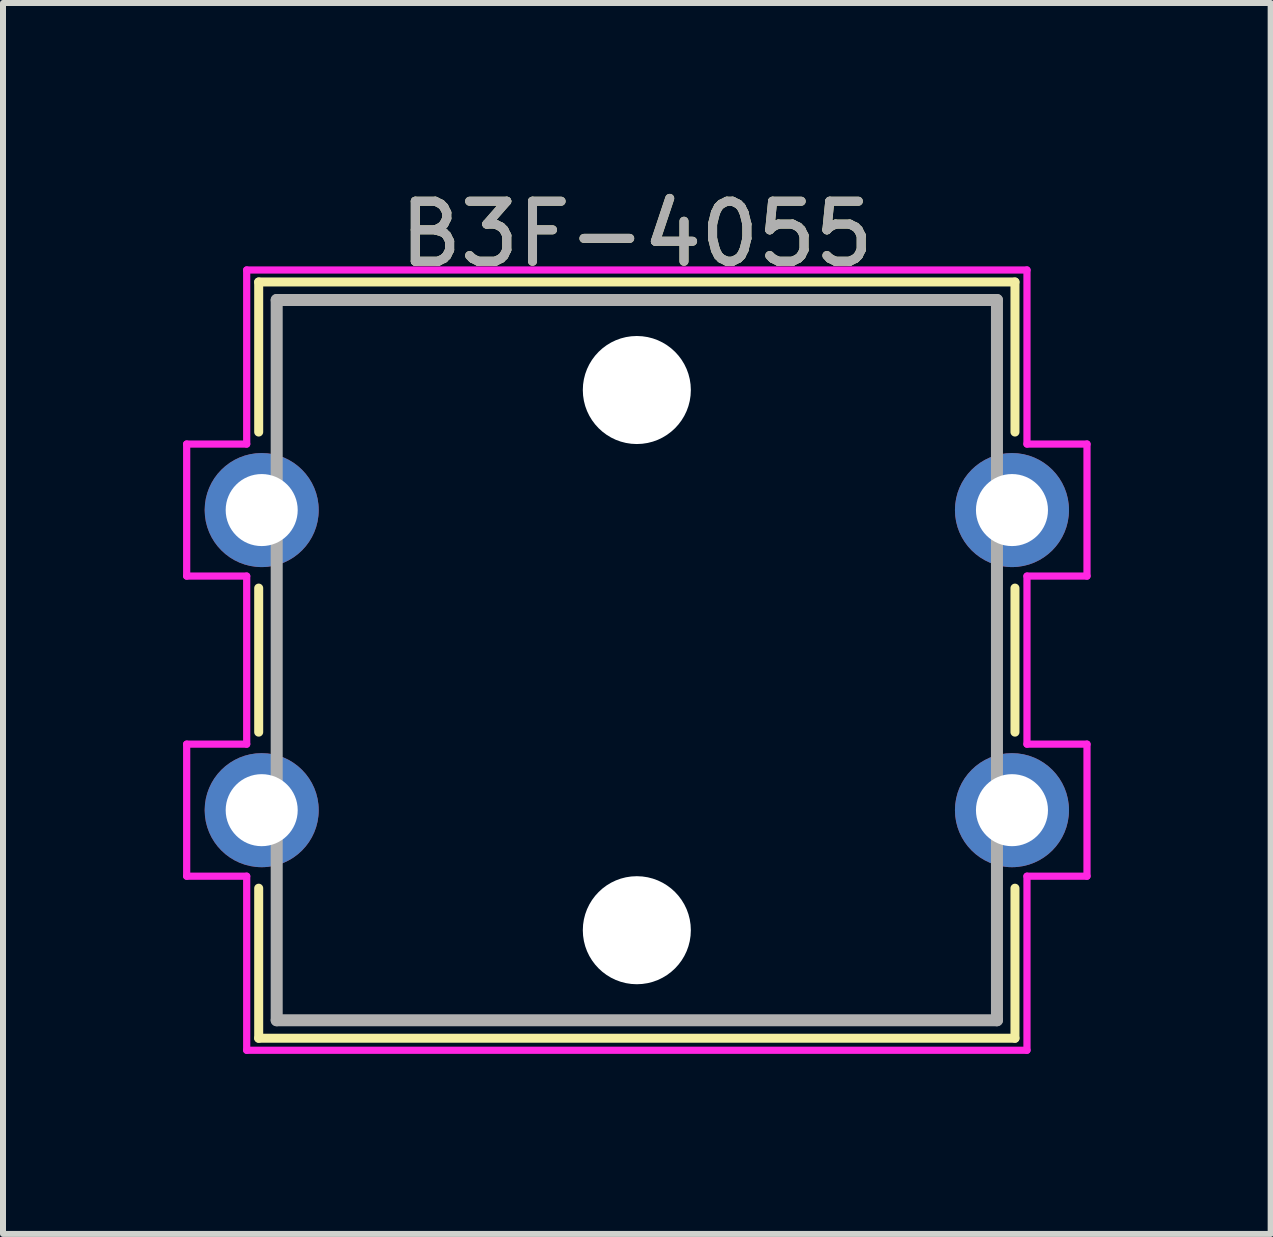
<source format=kicad_pcb>
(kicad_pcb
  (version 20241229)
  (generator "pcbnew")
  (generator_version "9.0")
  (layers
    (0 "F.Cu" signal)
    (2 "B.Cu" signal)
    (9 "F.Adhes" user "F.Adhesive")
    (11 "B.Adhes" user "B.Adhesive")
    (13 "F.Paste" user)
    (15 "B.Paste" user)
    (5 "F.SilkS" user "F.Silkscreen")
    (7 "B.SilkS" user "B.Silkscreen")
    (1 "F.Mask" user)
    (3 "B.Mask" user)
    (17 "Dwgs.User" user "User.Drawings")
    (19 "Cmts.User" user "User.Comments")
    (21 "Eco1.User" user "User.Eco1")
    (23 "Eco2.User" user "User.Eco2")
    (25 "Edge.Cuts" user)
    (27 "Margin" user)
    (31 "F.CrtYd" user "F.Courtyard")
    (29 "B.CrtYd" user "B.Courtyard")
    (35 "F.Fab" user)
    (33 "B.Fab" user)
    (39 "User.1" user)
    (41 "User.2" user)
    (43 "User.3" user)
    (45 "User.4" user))
  (footprint "B3F-4055"
    (layer "F.Cu")
    (at 7.56 7.948)
    (property "Reference" "B3F-4055" (at 0 -7.1 0) (unlocked yes) (layer "F.SilkS") (effects (font (size 1 1) (thickness 0.15))))
    (attr through_hole)
    (fp_line (start -6.3 -6.3) (end -6.3 -3.8) (stroke (width 0.15) (type solid)) (layer "F.SilkS"))
    (fp_line (start -6.3 -1.2) (end -6.3 1.2) (stroke (width 0.15) (type solid)) (layer "F.SilkS"))
    (fp_line (start -6.3 3.8) (end -6.3 6.3) (stroke (width 0.15) (type solid)) (layer "F.SilkS"))
    (fp_line (start -6.3 6.3) (end 6.3 6.3) (stroke (width 0.15) (type solid)) (layer "F.SilkS"))
    (fp_line (start 6.3 -6.3) (end -6.3 -6.3) (stroke (width 0.15) (type solid)) (layer "F.SilkS"))
    (fp_line (start 6.3 -3.8) (end 6.3 -6.3) (stroke (width 0.15) (type solid)) (layer "F.SilkS"))
    (fp_line (start 6.3 -1.2) (end 6.3 1.2) (stroke (width 0.15) (type solid)) (layer "F.SilkS"))
    (fp_line (start 6.3 6.3) (end 6.3 3.8) (stroke (width 0.15) (type solid)) (layer "F.SilkS"))
    (fp_line (start -7.5 -3.6) (end -6.5 -3.6) (stroke (width 0.12) (type solid)) (layer "F.CrtYd"))
    (fp_line (start -7.5 -1.4) (end -7.5 -3.6) (stroke (width 0.12) (type solid)) (layer "F.CrtYd"))
    (fp_line (start -7.5 1.4) (end -6.5 1.4) (stroke (width 0.12) (type solid)) (layer "F.CrtYd"))
    (fp_line (start -7.5 3.6) (end -7.5 1.4) (stroke (width 0.12) (type solid)) (layer "F.CrtYd"))
    (fp_line (start -6.5 -6.5) (end -6.5 -3.6) (stroke (width 0.12) (type solid)) (layer "F.CrtYd"))
    (fp_line (start -6.5 -6.5) (end 6.5 -6.5) (stroke (width 0.12) (type solid)) (layer "F.CrtYd"))
    (fp_line (start -6.5 -1.4) (end -7.5 -1.4) (stroke (width 0.12) (type solid)) (layer "F.CrtYd"))
    (fp_line (start -6.5 -1.4) (end -6.5 1.4) (stroke (width 0.12) (type solid)) (layer "F.CrtYd"))
    (fp_line (start -6.5 3.6) (end -7.5 3.6) (stroke (width 0.12) (type solid)) (layer "F.CrtYd"))
    (fp_line (start -6.5 3.6) (end -6.5 6.5) (stroke (width 0.12) (type solid)) (layer "F.CrtYd"))
    (fp_line (start -6.5 6.5) (end 6.5 6.5) (stroke (width 0.12) (type solid)) (layer "F.CrtYd"))
    (fp_line (start 6.5 -6.5) (end 6.5 -3.6) (stroke (width 0.12) (type solid)) (layer "F.CrtYd"))
    (fp_line (start 6.5 -3.6) (end 7.5 -3.6) (stroke (width 0.12) (type solid)) (layer "F.CrtYd"))
    (fp_line (start 6.5 -1.4) (end 6.5 1.4) (stroke (width 0.12) (type solid)) (layer "F.CrtYd"))
    (fp_line (start 6.5 1.4) (end 7.5 1.4) (stroke (width 0.12) (type solid)) (layer "F.CrtYd"))
    (fp_line (start 6.5 3.6) (end 6.5 6.5) (stroke (width 0.12) (type solid)) (layer "F.CrtYd"))
    (fp_line (start 7.5 -1.4) (end 6.5 -1.4) (stroke (width 0.12) (type solid)) (layer "F.CrtYd"))
    (fp_line (start 7.5 -1.4) (end 7.5 -3.6) (stroke (width 0.12) (type solid)) (layer "F.CrtYd"))
    (fp_line (start 7.5 3.6) (end 6.5 3.6) (stroke (width 0.12) (type solid)) (layer "F.CrtYd"))
    (fp_line (start 7.5 3.6) (end 7.5 1.4) (stroke (width 0.12) (type solid)) (layer "F.CrtYd"))
    (fp_line (start -6 -6) (end -6 6) (stroke (width 0.2) (type solid)) (layer "F.Fab"))
    (fp_line (start 6 -6) (end -6 -6) (stroke (width 0.2) (type solid)) (layer "F.Fab"))
    (fp_line (start 6 -6) (end 6 6) (stroke (width 0.2) (type solid)) (layer "F.Fab"))
    (fp_line (start 6 6) (end -6 6) (stroke (width 0.2) (type solid)) (layer "F.Fab"))
    (fp_text user "${REFERENCE}" (at 0 -7.1 0) (unlocked yes) (layer "F.Fab") (effects (font (size 1 1) (thickness 0.15))))
    (pad "" np_thru_hole circle (at 0 -4.5) (size 1.8 1.8) (drill 1.8) (layers "*.Cu" "*.Mask"))
    (pad "" np_thru_hole circle (at 0 4.5) (size 1.8 1.8) (drill 1.8) (layers "*.Cu" "*.Mask"))
    (pad "1" thru_hole circle (at -6.25 -2.5) (size 1.9 1.9) (drill 1.2) (layers "*.Cu" "*.Mask"))
    (pad "1" thru_hole circle (at 6.25 -2.5) (size 1.9 1.9) (drill 1.2) (layers "*.Cu" "*.Mask"))
    (pad "2" thru_hole circle (at -6.25 2.5) (size 1.9 1.9) (drill 1.2) (layers "*.Cu" "*.Mask"))
    (pad "2" thru_hole circle (at 6.25 2.5) (size 1.9 1.9) (drill 1.2) (layers "*.Cu" "*.Mask")))
  (gr_rect
    (start -3 -3)
    (end 18.12 17.508)
    (stroke (width 0.1) (type default))
    (fill no)
    (layer "Edge.Cuts")))
</source>
